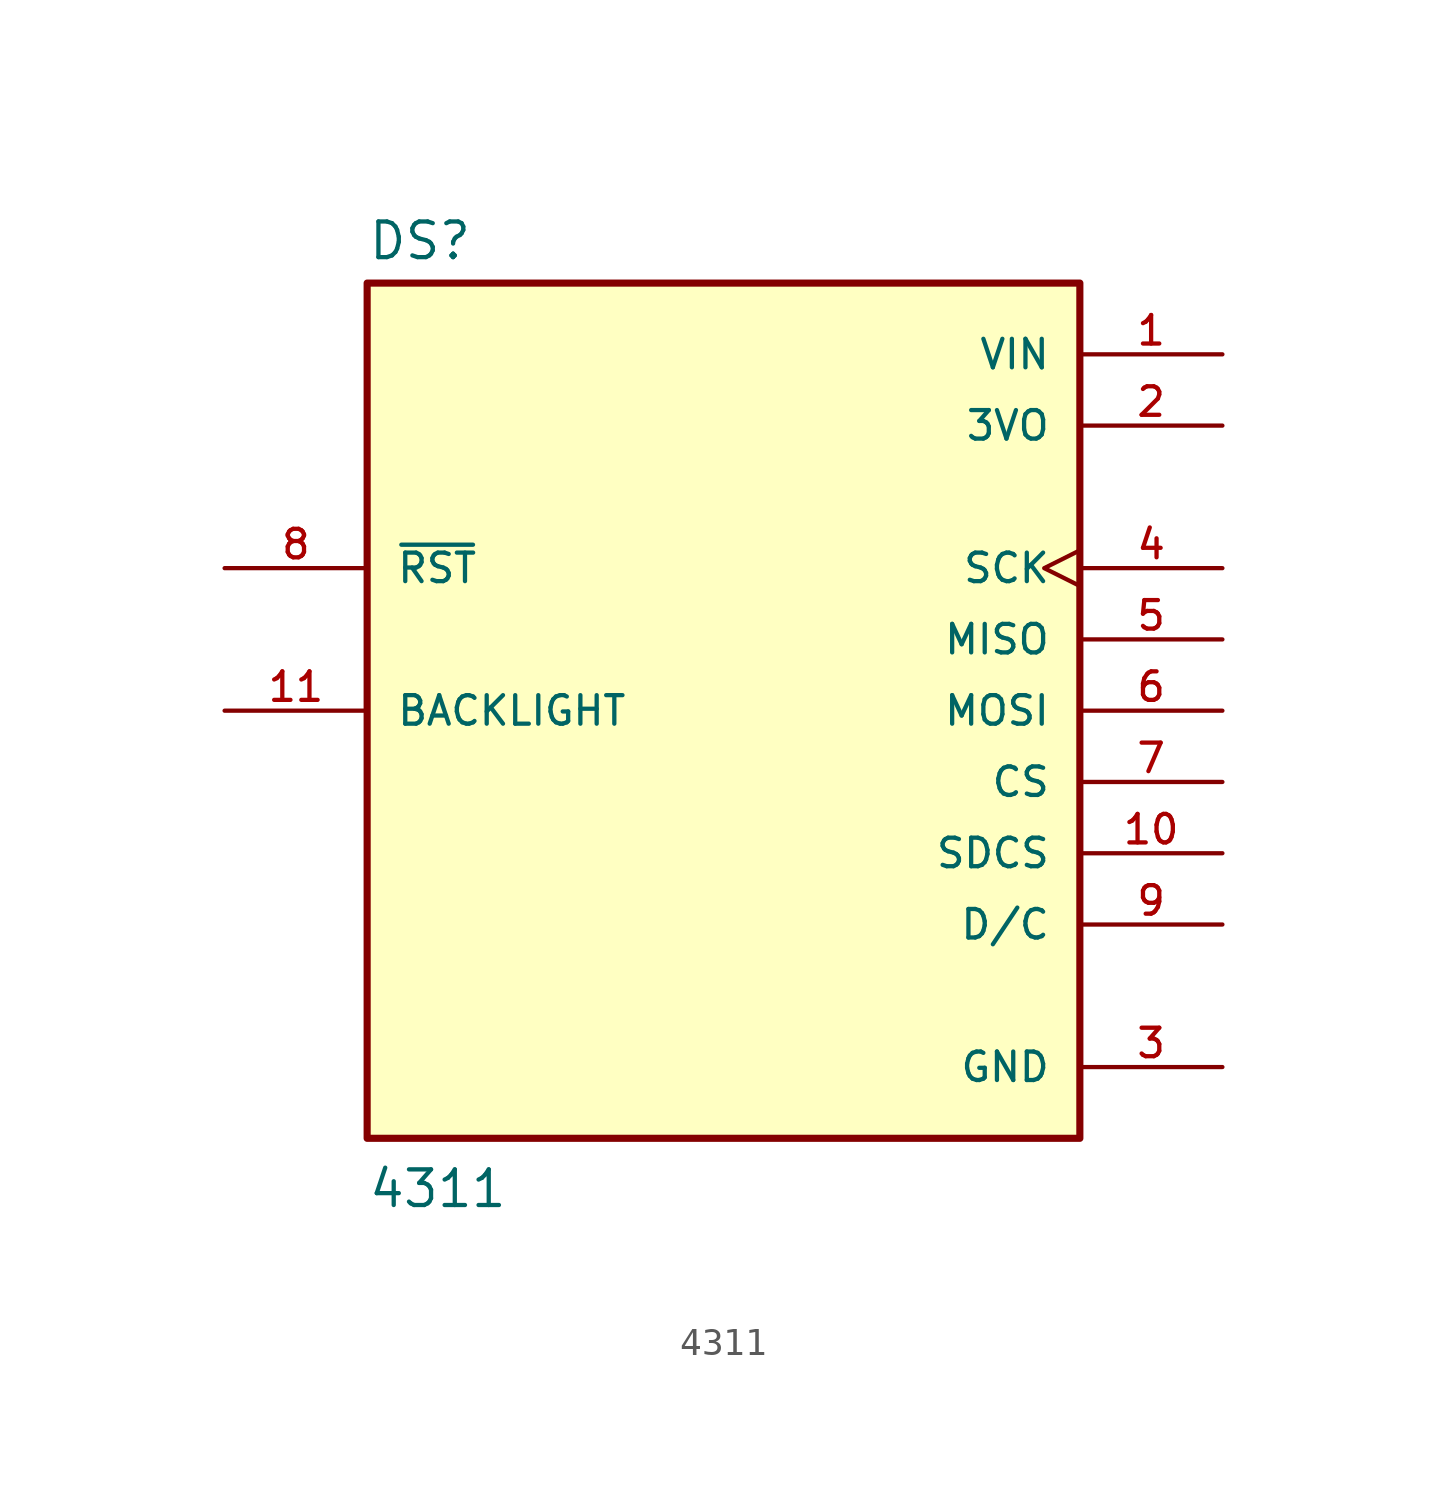
<source format=kicad_sym>
(kicad_symbol_lib
  (version 20211014)
  (generator kicad_symbol_editor)
  (symbol "4311"
    (pin_names
      (offset 1.016))
    (property "Reference" "DS"
      (at -12.7 16.002 0)
      (effects (font (size 1.27 1.27)) (justify bottom left)))
    (property "Value" "4311"
      (at -12.7 -17.78 0)
      (effects (font (size 1.27 1.27)) (justify bottom left)))
    (symbol "4311_0_0"
      (rectangle (start -12.7 -15.24) (end 12.7 15.24) (stroke (width 0.254)) (fill (type background)))
      (pin input line (at -17.78 0.0 0) (length 5.08) (name "BACKLIGHT" (effects (font (size 1.016 1.016)))) (number "11" (effects (font (size 1.016 1.016)))))
      (pin input line (at 17.78 -2.54 180.0) (length 5.08) (name "CS" (effects (font (size 1.016 1.016)))) (number "7" (effects (font (size 1.016 1.016)))))
      (pin input line (at 17.78 -7.62 180.0) (length 5.08) (name "D/C" (effects (font (size 1.016 1.016)))) (number "9" (effects (font (size 1.016 1.016)))))
      (pin input line (at -17.78 5.08 0) (length 5.08) (name "~{RST}" (effects (font (size 1.016 1.016)))) (number "8" (effects (font (size 1.016 1.016)))))
      (pin input line (at 17.78 -5.08 180.0) (length 5.08) (name "SDCS" (effects (font (size 1.016 1.016)))) (number "10" (effects (font (size 1.016 1.016)))))
      (pin input line (at 17.78 0.0 180.0) (length 5.08) (name "MOSI" (effects (font (size 1.016 1.016)))) (number "6" (effects (font (size 1.016 1.016)))))
      (pin output line (at 17.78 2.54 180.0) (length 5.08) (name "MISO" (effects (font (size 1.016 1.016)))) (number "5" (effects (font (size 1.016 1.016)))))
      (pin input clock (at 17.78 5.08 180.0) (length 5.08) (name "SCK" (effects (font (size 1.016 1.016)))) (number "4" (effects (font (size 1.016 1.016)))))
      (pin power_in line (at 17.78 -12.7 180.0) (length 5.08) (name "GND" (effects (font (size 1.016 1.016)))) (number "3" (effects (font (size 1.016 1.016)))))
      (pin power_in line (at 17.78 10.16 180.0) (length 5.08) (name "3VO" (effects (font (size 1.016 1.016)))) (number "2" (effects (font (size 1.016 1.016)))))
      (pin power_in line (at 17.78 12.7 180.0) (length 5.08) (name "VIN" (effects (font (size 1.016 1.016)))) (number "1" (effects (font (size 1.016 1.016))))))))
</source>
